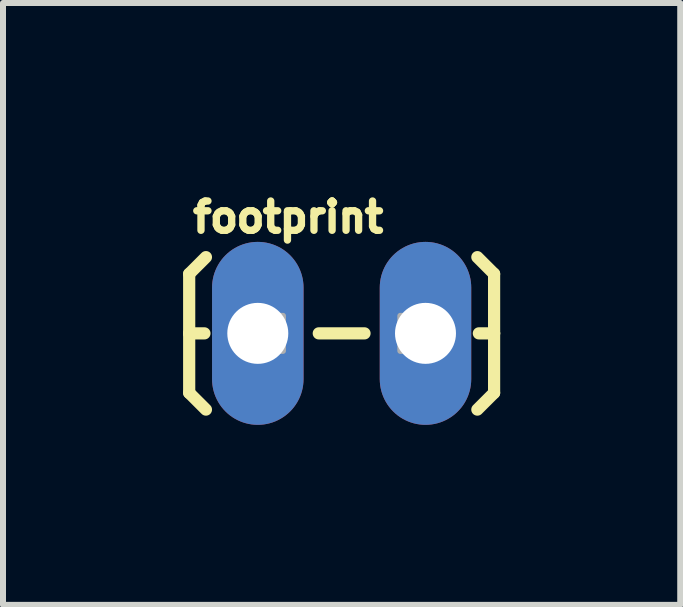
<source format=kicad_pcb>
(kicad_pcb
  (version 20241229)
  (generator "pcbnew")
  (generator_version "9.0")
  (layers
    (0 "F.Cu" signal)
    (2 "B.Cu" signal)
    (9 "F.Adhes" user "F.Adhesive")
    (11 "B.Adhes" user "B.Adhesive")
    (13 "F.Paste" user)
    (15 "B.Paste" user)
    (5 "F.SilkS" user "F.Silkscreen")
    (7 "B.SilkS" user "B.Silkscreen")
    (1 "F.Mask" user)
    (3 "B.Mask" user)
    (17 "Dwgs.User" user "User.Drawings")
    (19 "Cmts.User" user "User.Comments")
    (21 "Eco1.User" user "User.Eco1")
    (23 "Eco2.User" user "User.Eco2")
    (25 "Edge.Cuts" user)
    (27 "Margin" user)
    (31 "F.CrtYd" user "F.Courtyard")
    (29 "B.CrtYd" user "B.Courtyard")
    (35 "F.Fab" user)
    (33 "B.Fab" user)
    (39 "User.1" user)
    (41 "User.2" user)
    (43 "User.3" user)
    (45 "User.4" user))
  (footprint "footprint"
    (layer "F.Cu")
    (at 1.372 2.504)
    (property "Reference" "footprint" (at -1.27 -1.651 0) (layer "F.SilkS") (effects (font (size 0.488 0.488) (thickness 0.122)) (justify left bottom)))
    (fp_line (start -1.27 -0.991) (end -0.991 -1.27) (stroke (width 0.203) (type solid)) (layer "F.SilkS"))
    (fp_line (start -1.27 0) (end -1.27 -0.991) (stroke (width 0.203) (type solid)) (layer "F.SilkS"))
    (fp_line (start -1.27 0) (end -1.27 0.991) (stroke (width 0.203) (type solid)) (layer "F.SilkS"))
    (fp_line (start -1.27 0) (end -1.016 0) (stroke (width 0.203) (type solid)) (layer "F.SilkS"))
    (fp_line (start -1.27 0.991) (end -0.991 1.27) (stroke (width 0.203) (type solid)) (layer "F.SilkS"))
    (fp_line (start 1.651 0) (end 0.889 0) (stroke (width 0.203) (type solid)) (layer "F.SilkS"))
    (fp_line (start 3.81 -0.991) (end 3.531 -1.27) (stroke (width 0.203) (type solid)) (layer "F.SilkS"))
    (fp_line (start 3.81 0) (end 3.556 0) (stroke (width 0.203) (type solid)) (layer "F.SilkS"))
    (fp_line (start 3.81 0) (end 3.81 -0.991) (stroke (width 0.203) (type solid)) (layer "F.SilkS"))
    (fp_line (start 3.81 0) (end 3.81 0.991) (stroke (width 0.203) (type solid)) (layer "F.SilkS"))
    (fp_line (start 3.81 0.991) (end 3.531 1.27) (stroke (width 0.203) (type solid)) (layer "F.SilkS"))
    (fp_poly (pts (xy -0.292 0.292) (xy 0.292 0.292) (xy 0.292 -0.292) (xy -0.292 -0.292)) (stroke (width 0.1) (type solid)) (fill no) (layer "F.Fab"))
    (fp_poly (pts (xy 2.248 0.292) (xy 2.832 0.292) (xy 2.832 -0.292) (xy 2.248 -0.292)) (stroke (width 0.1) (type solid)) (fill no) (layer "F.Fab"))
    (pad "1" thru_hole oval (at -0.127 0 90) (size 3.048 1.524) (drill 1.016) (layers "*.Cu" "*.Mask"))
    (pad "2" thru_hole oval (at 2.667 0 90) (size 3.048 1.524) (drill 1.016) (layers "*.Cu" "*.Mask")))
  (gr_rect
    (start -3 -3)
    (end 8.283 7.028)
    (stroke (width 0.1) (type default))
    (fill no)
    (layer "Edge.Cuts")))
</source>
